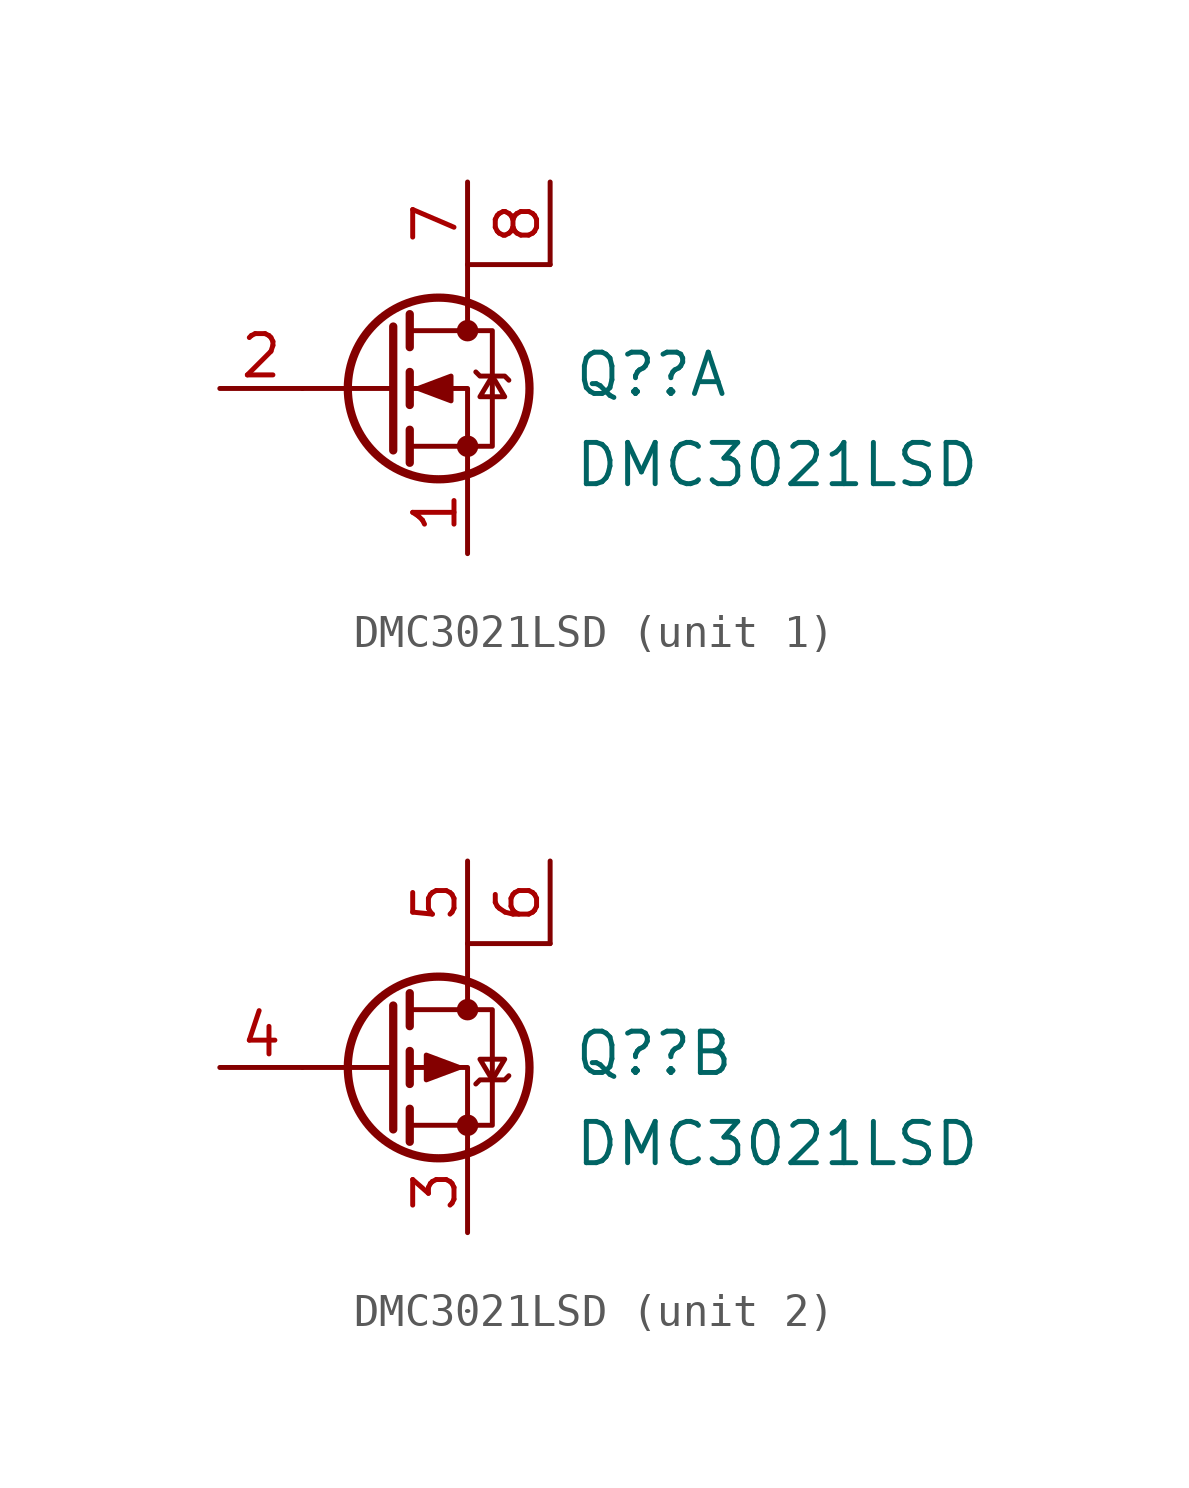
<source format=kicad_sym>
(kicad_symbol_lib
  (version 20211014)
  (generator kicad_symbol_editor)
  (symbol "DMC3021LSD"
    (pin_names hide)
    (property "Reference" "Q?"
      (at 3.251 0.426 0)
      (effects (font (size 1.27 1.27)) (justify left)))
    (property "Value" "DMC3021LSD"
      (at 3.251 -2.349 0)
      (effects (font (size 1.27 1.27)) (justify left)))
    (symbol "DMC3021LSD_0_1"
      (circle (center -0.889 0) (radius 2.794) (stroke (width 0.254) (type default) (color 0 0 0 0)) (fill (type none)))
      (circle (center 0 -1.778) (radius 0.254) (stroke (width 0) (type default) (color 0 0 0 0)) (fill (type outline)))
      (polyline (pts (xy -2.286 0) (xy -5.08 0)) (stroke (width 0) (type default) (color 0 0 0 0)) (fill (type none)))
      (polyline (pts (xy -2.286 1.905) (xy -2.286 -1.905)) (stroke (width 0.254) (type default) (color 0 0 0 0)) (fill (type none)))
      (polyline (pts (xy -1.778 -1.27) (xy -1.778 -2.286)) (stroke (width 0.254) (type default) (color 0 0 0 0)) (fill (type none)))
      (polyline (pts (xy -1.778 0.508) (xy -1.778 -0.508)) (stroke (width 0.254) (type default) (color 0 0 0 0)) (fill (type none)))
      (polyline (pts (xy -1.778 2.286) (xy -1.778 1.27)) (stroke (width 0.254) (type default) (color 0 0 0 0)) (fill (type none)))
      (polyline (pts (xy 0 2.54) (xy 0 1.778)) (stroke (width 0) (type default) (color 0 0 0 0)) (fill (type none)))
      (polyline (pts (xy 0 -2.54) (xy 0 0) (xy -1.778 0)) (stroke (width 0) (type default) (color 0 0 0 0)) (fill (type none)))
      (polyline (pts (xy 2.54 3.81) (xy 0 3.81) (xy 0 2.54)) (stroke (width 0.152) (type default) (color 0 0 0 0)) (fill (type none)))
      (polyline (pts (xy -1.778 -1.778) (xy 0.762 -1.778) (xy 0.762 1.778) (xy -1.778 1.778)) (stroke (width 0) (type default) (color 0 0 0 0)) (fill (type none)))
      (circle (center 0 1.778) (radius 0.254) (stroke (width 0) (type default) (color 0 0 0 0)) (fill (type outline))))
    (symbol "DMC3021LSD_1_1"
      (polyline (pts (xy -1.524 0) (xy -0.508 0.381) (xy -0.508 -0.381) (xy -1.524 0)) (stroke (width 0) (type default) (color 0 0 0 0)) (fill (type outline)))
      (polyline (pts (xy 0.254 0.508) (xy 0.381 0.381) (xy 1.143 0.381) (xy 1.27 0.254)) (stroke (width 0) (type default) (color 0 0 0 0)) (fill (type none)))
      (polyline (pts (xy 0.762 0.381) (xy 0.381 -0.254) (xy 1.143 -0.254) (xy 0.762 0.381)) (stroke (width 0) (type default) (color 0 0 0 0)) (fill (type none)))
      (pin passive line (at 0 -5.08 90) (length 2.54) (name "S" (effects (font (size 1.27 1.27)))) (number "1" (effects (font (size 1.27 1.27)))))
      (pin passive line (at -7.62 0 0) (length 2.54) (name "G" (effects (font (size 1.27 1.27)))) (number "2" (effects (font (size 1.27 1.27)))))
      (pin passive line (at 0 6.35 270) (length 2.54) (name "D" (effects (font (size 1.27 1.27)))) (number "7" (effects (font (size 1.27 1.27)))))
      (pin passive line (at 2.54 6.35 270) (length 2.54) (name "D" (effects (font (size 1.27 1.27)))) (number "8" (effects (font (size 1.27 1.27))))))
    (symbol "DMC3021LSD_2_1"
      (polyline (pts (xy -0.254 0) (xy -1.27 0.381) (xy -1.27 -0.381) (xy -0.254 0)) (stroke (width 0) (type default) (color 0 0 0 0)) (fill (type outline)))
      (polyline (pts (xy 0.254 -0.508) (xy 0.381 -0.381) (xy 1.143 -0.381) (xy 1.27 -0.254)) (stroke (width 0) (type default) (color 0 0 0 0)) (fill (type none)))
      (polyline (pts (xy 0.762 -0.381) (xy 0.381 0.254) (xy 1.143 0.254) (xy 0.762 -0.381)) (stroke (width 0) (type default) (color 0 0 0 0)) (fill (type none)))
      (pin passive line (at 0 -5.08 90) (length 2.54) (name "S" (effects (font (size 1.27 1.27)))) (number "3" (effects (font (size 1.27 1.27)))))
      (pin passive line (at -7.62 0 0) (length 2.54) (name "G" (effects (font (size 1.27 1.27)))) (number "4" (effects (font (size 1.27 1.27)))))
      (pin passive line (at 0 6.35 270) (length 2.54) (name "D" (effects (font (size 1.27 1.27)))) (number "5" (effects (font (size 1.27 1.27)))))
      (pin passive line (at 2.54 6.35 270) (length 2.54) (name "D" (effects (font (size 1.27 1.27)))) (number "6" (effects (font (size 1.27 1.27))))))))
</source>
